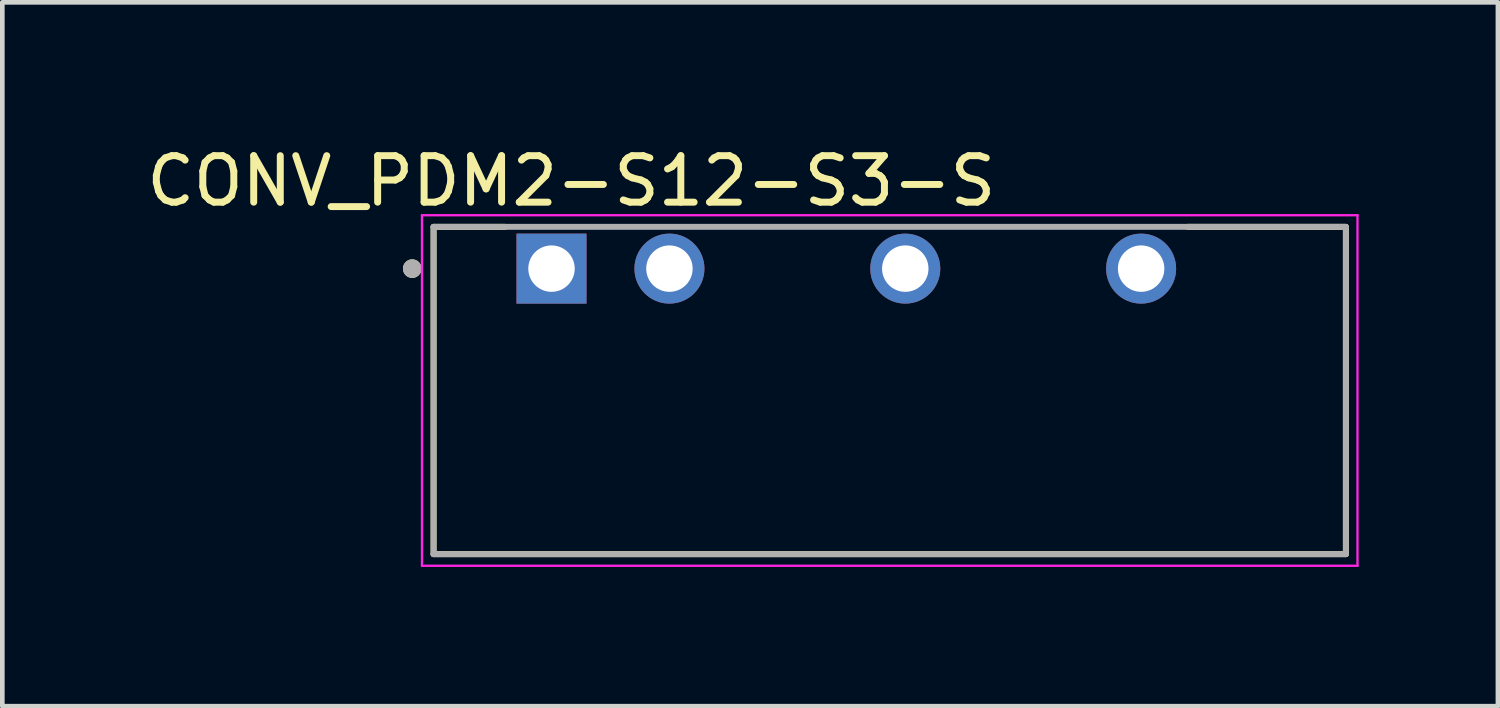
<source format=kicad_pcb>
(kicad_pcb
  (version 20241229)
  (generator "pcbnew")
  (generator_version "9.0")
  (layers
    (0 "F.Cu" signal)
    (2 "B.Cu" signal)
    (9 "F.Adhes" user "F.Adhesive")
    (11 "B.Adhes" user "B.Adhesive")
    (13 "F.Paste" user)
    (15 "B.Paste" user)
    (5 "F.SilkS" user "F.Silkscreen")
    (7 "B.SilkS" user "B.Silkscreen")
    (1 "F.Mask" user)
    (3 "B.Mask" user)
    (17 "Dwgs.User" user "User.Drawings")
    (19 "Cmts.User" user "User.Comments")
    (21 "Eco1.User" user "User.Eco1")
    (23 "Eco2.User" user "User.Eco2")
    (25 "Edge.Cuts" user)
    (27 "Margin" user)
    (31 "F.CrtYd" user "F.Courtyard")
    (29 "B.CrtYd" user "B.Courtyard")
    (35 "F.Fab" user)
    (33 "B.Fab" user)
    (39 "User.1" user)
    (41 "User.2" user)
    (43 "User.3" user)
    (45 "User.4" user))
  (footprint "CONV_PDM2-S12-S3-S"
    (layer "F.Cu")
    (at 8.829 2.736)
    (property "Reference" "CONV_PDM2-S12-S3-S" (at 0.426 -1.887 0) (layer "F.SilkS") (effects (font (size 1.001 1.001) (thickness 0.15))))
    (attr through_hole)
    (fp_line (start -2.54 -0.9) (end -1 -0.9) (stroke (width 0.127) (type solid)) (layer "F.SilkS"))
    (fp_line (start -2.54 6.15) (end -2.54 -0.9) (stroke (width 0.127) (type solid)) (layer "F.SilkS"))
    (fp_line (start 17.1 -0.9) (end 13.7 -0.9) (stroke (width 0.127) (type solid)) (layer "F.SilkS"))
    (fp_line (start 17.11 -0.9) (end 17.11 6.15) (stroke (width 0.127) (type solid)) (layer "F.SilkS"))
    (fp_line (start 17.11 6.15) (end -2.54 6.15) (stroke (width 0.127) (type solid)) (layer "F.SilkS"))
    (fp_circle (center -3 0) (end -2.9 0) (stroke (width 0.2) (type solid)) (fill no) (layer "F.SilkS"))
    (fp_line (start -2.79 -1.15) (end 17.36 -1.15) (stroke (width 0.05) (type solid)) (layer "F.CrtYd"))
    (fp_line (start -2.79 6.4) (end -2.79 -1.15) (stroke (width 0.05) (type solid)) (layer "F.CrtYd"))
    (fp_line (start 17.36 -1.15) (end 17.36 6.4) (stroke (width 0.05) (type solid)) (layer "F.CrtYd"))
    (fp_line (start 17.36 6.4) (end -2.79 6.4) (stroke (width 0.05) (type solid)) (layer "F.CrtYd"))
    (fp_line (start -2.54 -0.9) (end 17.11 -0.9) (stroke (width 0.127) (type solid)) (layer "F.Fab"))
    (fp_line (start -2.54 6.15) (end -2.54 -0.9) (stroke (width 0.127) (type solid)) (layer "F.Fab"))
    (fp_line (start 17.11 -0.9) (end 17.11 6.15) (stroke (width 0.127) (type solid)) (layer "F.Fab"))
    (fp_line (start 17.11 6.15) (end -2.54 6.15) (stroke (width 0.127) (type solid)) (layer "F.Fab"))
    (fp_circle (center -3 0) (end -2.9 0) (stroke (width 0.2) (type solid)) (fill no) (layer "F.Fab"))
    (pad "1" thru_hole rect (at 0 0) (size 1.508 1.508) (drill 1) (layers "*.Cu" "*.Mask"))
    (pad "2" thru_hole circle (at 2.54 0) (size 1.508 1.508) (drill 1) (layers "*.Cu" "*.Mask"))
    (pad "4" thru_hole circle (at 7.62 0) (size 1.508 1.508) (drill 1) (layers "*.Cu" "*.Mask"))
    (pad "6" thru_hole circle (at 12.7 0) (size 1.508 1.508) (drill 1) (layers "*.Cu" "*.Mask")))
  (gr_rect
    (start -3 -3)
    (end 29.214 12.161)
    (stroke (width 0.1) (type default))
    (fill no)
    (layer "Edge.Cuts")))
</source>
